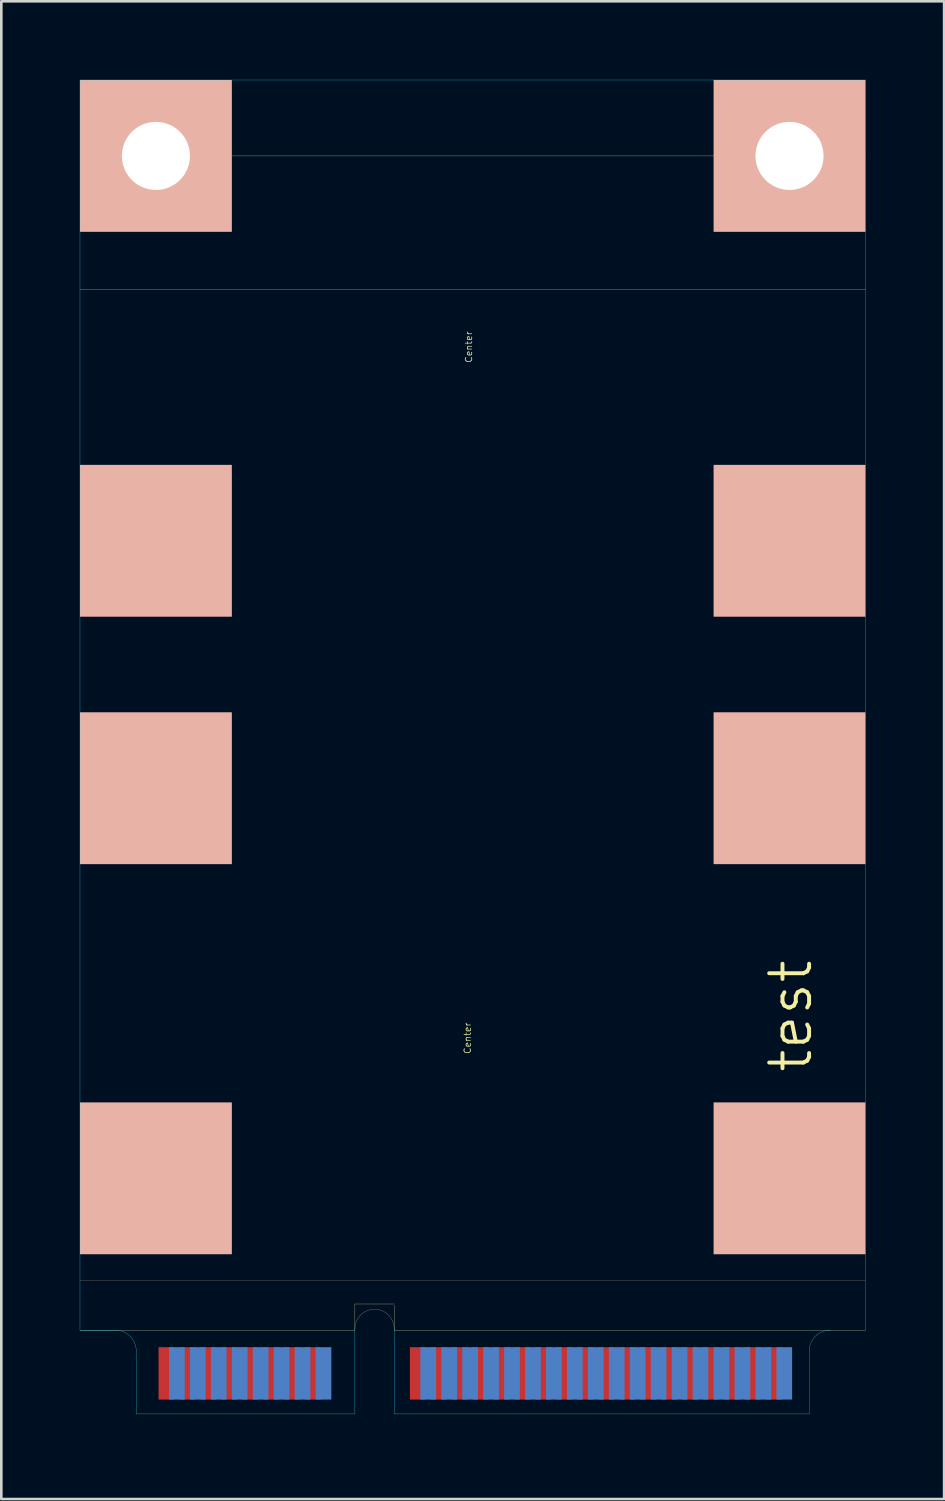
<source format=kicad_pcb>
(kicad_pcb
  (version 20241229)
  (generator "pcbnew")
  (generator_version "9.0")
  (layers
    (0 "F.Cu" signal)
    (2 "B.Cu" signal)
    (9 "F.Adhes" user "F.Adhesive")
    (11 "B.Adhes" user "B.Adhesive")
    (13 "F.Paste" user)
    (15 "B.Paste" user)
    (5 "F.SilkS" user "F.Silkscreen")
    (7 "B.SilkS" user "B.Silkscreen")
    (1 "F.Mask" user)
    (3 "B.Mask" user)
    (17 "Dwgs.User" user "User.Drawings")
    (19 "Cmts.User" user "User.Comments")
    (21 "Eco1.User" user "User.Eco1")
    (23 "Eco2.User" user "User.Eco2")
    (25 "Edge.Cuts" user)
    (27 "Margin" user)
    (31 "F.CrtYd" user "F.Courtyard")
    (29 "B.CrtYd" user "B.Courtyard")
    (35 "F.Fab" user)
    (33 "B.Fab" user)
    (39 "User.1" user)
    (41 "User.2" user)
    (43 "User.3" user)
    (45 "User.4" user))
  (footprint "test"
    (layer "F.Cu")
    (at 15.005 50.955)
    (property "Reference" "test" (at 12.15 -15.2 90) (layer "F.SilkS") (effects (font (size 1.524 1.524) (thickness 0.15))))
    (attr through_hole)
    (fp_line (start -15 -3.2) (end -4.5 -3.2) (stroke (width 0.01) (type solid)) (layer "F.SilkS"))
    (fp_line (start -4.5 -4.2) (end -3 -4.2) (stroke (width 0.01) (type solid)) (layer "F.SilkS"))
    (fp_line (start -4.5 -3.2) (end -4.5 -4.2) (stroke (width 0.01) (type solid)) (layer "F.SilkS"))
    (fp_line (start -3 -4.15) (end -3 -3.2) (stroke (width 0.01) (type solid)) (layer "F.SilkS"))
    (fp_line (start -3 -3.2) (end 15 -3.2) (stroke (width 0.01) (type solid)) (layer "F.SilkS"))
    (fp_line (start 15 -48.05) (end -15 -48.05) (stroke (width 0.01) (type solid)) (layer "F.SilkS"))
    (fp_line (start 15 -42.95) (end -15 -42.95) (stroke (width 0.01) (type solid)) (layer "F.SilkS"))
    (fp_line (start -15 -5.1) (end 15 -5.1) (stroke (width 0.01) (type solid)) (layer "B.SilkS"))
    (fp_line (start -3.75 -4.5) (end -3.75 -0.15) (stroke (width 0.01) (type solid)) (layer "Eco1.User"))
    (fp_line (start 0 0) (end 0 -50.95) (stroke (width 0.01) (type solid)) (layer "Eco1.User"))
    (fp_line (start 15 -3.2) (end 13.65 -3.2) (stroke (width 0.01) (type solid)) (layer "Eco2.User"))
    (fp_line (start -15 -50.95) (end -15 -3.2) (stroke (width 0.01) (type solid)) (layer "B.CrtYd"))
    (fp_line (start -13.65 -3.2) (end -15 -3.2) (stroke (width 0.01) (type solid)) (layer "B.CrtYd"))
    (fp_line (start -12.85 0) (end -12.85 -2.4) (stroke (width 0.01) (type solid)) (layer "B.CrtYd"))
    (fp_line (start -4.5 0) (end -12.85 0) (stroke (width 0.01) (type solid)) (layer "B.CrtYd"))
    (fp_line (start -4.5 0) (end -4.5 -3.25) (stroke (width 0.01) (type solid)) (layer "B.CrtYd"))
    (fp_line (start -3 0) (end -3 -3.25) (stroke (width 0.01) (type solid)) (layer "B.CrtYd"))
    (fp_line (start -3 0) (end 12.85 0) (stroke (width 0.01) (type solid)) (layer "B.CrtYd"))
    (fp_line (start 12.85 0) (end 12.85 -2.4) (stroke (width 0.01) (type solid)) (layer "B.CrtYd"))
    (fp_line (start 15 -50.95) (end -15 -50.95) (stroke (width 0.01) (type solid)) (layer "B.CrtYd"))
    (fp_line (start 15 -3.2) (end 15 -50.95) (stroke (width 0.01) (type solid)) (layer "B.CrtYd"))
    (fp_arc (start -13.65 -3.2) (mid -13.084315 -2.965685) (end -12.85 -2.4) (stroke (width 0.01) (type solid)) (layer "B.CrtYd"))
    (fp_arc (start 12.85 -2.4) (mid 13.084315 -2.965685) (end 13.65 -3.2) (stroke (width 0.01) (type solid)) (layer "B.CrtYd"))
    (fp_arc (start -4.5 -3.25) (mid -3.75 -4) (end -3 -3.25) (stroke (width 0.01) (type solid)) (layer "F.Fab"))
    (fp_text user "Center" (at -0.2 -14.35 90) (layer "F.SilkS") (effects (font (size 0.25 0.25) (thickness 0.025))))
    (fp_text user "Center" (at -0.15 -40.75 90) (layer "F.SilkS") (effects (font (size 0.25 0.25) (thickness 0.025))))
    (pad "" np_thru_hole circle (at -12.1 -48.05) (size 2.6 2.6) (drill 2.6) (layers "*.Cu" "*.Mask" "F.SilkS"))
    (pad "" connect rect (at -12.1 -48.05) (size 5.8 5.8) (layers "B.SilkS"))
    (pad "" connect rect (at -12.1 -33.35) (size 5.8 5.8) (layers "B.SilkS"))
    (pad "" connect rect (at -12.1 -23.9) (size 5.8 5.8) (layers "B.SilkS"))
    (pad "" connect rect (at -12.1 -9) (size 5.8 5.8) (layers "B.SilkS"))
    (pad "" np_thru_hole circle (at 12.1 -48.05) (size 2.6 2.6) (drill 2.6) (layers "*.Cu" "*.Mask" "F.SilkS"))
    (pad "" connect rect (at 12.1 -48.05) (size 5.8 5.8) (layers "B.SilkS"))
    (pad "" connect rect (at 12.1 -33.35) (size 5.8 5.8) (layers "B.SilkS"))
    (pad "" connect rect (at 12.1 -23.9) (size 5.8 5.8) (layers "B.SilkS"))
    (pad "" connect rect (at 12.1 -9) (size 5.8 5.8) (layers "B.SilkS"))
    (pad "1" smd rect (at -11.7 -1.55) (size 0.6 2) (layers "F.Cu" "F.Mask" "F.Paste"))
    (pad "2" smd rect (at -11.3 -1.55) (size 0.6 2) (layers "F.Mask" "B.Cu" "F.Paste"))
    (pad "3" smd rect (at -10.9 -1.55) (size 0.6 2) (layers "F.Cu" "F.Mask" "F.Paste"))
    (pad "4" smd rect (at -10.5 -1.55) (size 0.6 2) (layers "F.Mask" "B.Cu" "F.Paste"))
    (pad "5" smd rect (at -10.1 -1.55) (size 0.6 2) (layers "F.Cu" "F.Mask" "F.Paste"))
    (pad "6" smd rect (at -9.7 -1.55) (size 0.6 2) (layers "F.Mask" "B.Cu" "F.Paste"))
    (pad "7" smd rect (at -9.3 -1.55) (size 0.6 2) (layers "F.Cu" "F.Mask" "F.Paste"))
    (pad "8" smd rect (at -8.9 -1.55) (size 0.6 2) (layers "F.Mask" "B.Cu" "F.Paste"))
    (pad "9" smd rect (at -8.5 -1.55) (size 0.6 2) (layers "F.Cu" "F.Mask" "F.Paste"))
    (pad "10" smd rect (at -8.1 -1.55) (size 0.6 2) (layers "F.Mask" "B.Cu" "F.Paste"))
    (pad "11" smd rect (at -7.7 -1.55) (size 0.6 2) (layers "F.Cu" "F.Mask" "F.Paste"))
    (pad "12" smd rect (at -7.3 -1.55) (size 0.6 2) (layers "F.Mask" "B.Cu" "F.Paste"))
    (pad "13" smd rect (at -6.9 -1.55) (size 0.6 2) (layers "F.Cu" "F.Mask" "F.Paste"))
    (pad "14" smd rect (at -6.5 -1.55) (size 0.6 2) (layers "F.Mask" "B.Cu" "F.Paste"))
    (pad "15" smd rect (at -6.1 -1.55) (size 0.6 2) (layers "F.Cu" "F.Mask" "F.Paste"))
    (pad "16" smd rect (at -5.7 -1.55) (size 0.6 2) (layers "F.Mask" "B.Cu" "F.Paste"))
    (pad "17" smd rect (at -2.1 -1.55) (size 0.6 2) (layers "F.Cu" "F.Mask" "F.Paste"))
    (pad "18" smd rect (at -1.7 -1.55) (size 0.6 2) (layers "F.Mask" "B.Cu" "F.Paste"))
    (pad "19" smd rect (at -1.3 -1.55) (size 0.6 2) (layers "F.Cu" "F.Mask" "F.Paste"))
    (pad "20" smd rect (at -0.9 -1.55) (size 0.6 2) (layers "F.Mask" "B.Cu" "F.Paste"))
    (pad "21" smd rect (at -0.5 -1.55) (size 0.6 2) (layers "F.Cu" "F.Mask" "F.Paste"))
    (pad "22" smd rect (at -0.1 -1.55) (size 0.6 2) (layers "F.Mask" "B.Cu" "F.Paste"))
    (pad "23" smd rect (at 0.3 -1.55) (size 0.6 2) (layers "F.Cu" "F.Mask" "F.Paste"))
    (pad "24" smd rect (at 0.7 -1.55) (size 0.6 2) (layers "F.Mask" "B.Cu" "F.Paste"))
    (pad "25" smd rect (at 1.1 -1.55) (size 0.6 2) (layers "F.Cu" "F.Mask" "F.Paste"))
    (pad "26" smd rect (at 1.5 -1.55) (size 0.6 2) (layers "F.Mask" "B.Cu" "F.Paste"))
    (pad "27" smd rect (at 1.9 -1.55) (size 0.6 2) (layers "F.Cu" "F.Mask" "F.Paste"))
    (pad "28" smd rect (at 2.3 -1.55) (size 0.6 2) (layers "F.Mask" "B.Cu" "F.Paste"))
    (pad "29" smd rect (at 2.7 -1.55) (size 0.6 2) (layers "F.Cu" "F.Mask" "F.Paste"))
    (pad "30" smd rect (at 3.1 -1.55) (size 0.6 2) (layers "F.Mask" "B.Cu" "F.Paste"))
    (pad "31" smd rect (at 3.5 -1.55) (size 0.6 2) (layers "F.Cu" "F.Mask" "F.Paste"))
    (pad "32" smd rect (at 3.9 -1.55) (size 0.6 2) (layers "F.Mask" "B.Cu" "F.Paste"))
    (pad "33" smd rect (at 4.3 -1.55) (size 0.6 2) (layers "F.Cu" "F.Mask" "F.Paste"))
    (pad "34" smd rect (at 4.7 -1.55) (size 0.6 2) (layers "F.Mask" "B.Cu" "F.Paste"))
    (pad "35" smd rect (at 5.1 -1.55) (size 0.6 2) (layers "F.Cu" "F.Mask" "F.Paste"))
    (pad "36" smd rect (at 5.5 -1.55) (size 0.6 2) (layers "F.Mask" "B.Cu" "F.Paste"))
    (pad "37" smd rect (at 5.9 -1.55) (size 0.6 2) (layers "F.Cu" "F.Mask" "F.Paste"))
    (pad "38" smd rect (at 6.3 -1.55) (size 0.6 2) (layers "F.Mask" "B.Cu" "F.Paste"))
    (pad "39" smd rect (at 6.7 -1.55) (size 0.6 2) (layers "F.Cu" "F.Mask" "F.Paste"))
    (pad "40" smd rect (at 7.1 -1.55) (size 0.6 2) (layers "F.Mask" "B.Cu" "F.Paste"))
    (pad "41" smd rect (at 7.5 -1.55) (size 0.6 2) (layers "F.Cu" "F.Mask" "F.Paste"))
    (pad "42" smd rect (at 7.9 -1.55) (size 0.6 2) (layers "F.Mask" "B.Cu" "F.Paste"))
    (pad "43" smd rect (at 8.3 -1.55) (size 0.6 2) (layers "F.Cu" "F.Mask" "F.Paste"))
    (pad "44" smd rect (at 8.7 -1.55) (size 0.6 2) (layers "F.Mask" "B.Cu" "F.Paste"))
    (pad "45" smd rect (at 9.1 -1.55) (size 0.6 2) (layers "F.Cu" "F.Mask" "F.Paste"))
    (pad "46" smd rect (at 9.5 -1.55) (size 0.6 2) (layers "F.Mask" "B.Cu" "F.Paste"))
    (pad "47" smd rect (at 9.9 -1.55) (size 0.6 2) (layers "F.Cu" "F.Mask" "F.Paste"))
    (pad "48" smd rect (at 10.3 -1.55) (size 0.6 2) (layers "F.Mask" "B.Cu" "F.Paste"))
    (pad "49" smd rect (at 10.7 -1.55) (size 0.6 2) (layers "F.Cu" "F.Mask" "F.Paste"))
    (pad "50" smd rect (at 11.1 -1.55) (size 0.6 2) (layers "F.Mask" "B.Cu" "F.Paste"))
    (pad "51" smd rect (at 11.5 -1.55) (size 0.6 2) (layers "F.Cu" "F.Mask" "F.Paste"))
    (pad "52" smd rect (at 11.9 -1.55) (size 0.6 2) (layers "F.Mask" "B.Cu" "F.Paste")))
  (gr_rect
    (start -3 -3)
    (end 33.01 54.205)
    (stroke (width 0.1) (type default))
    (fill no)
    (layer "Edge.Cuts")))
</source>
